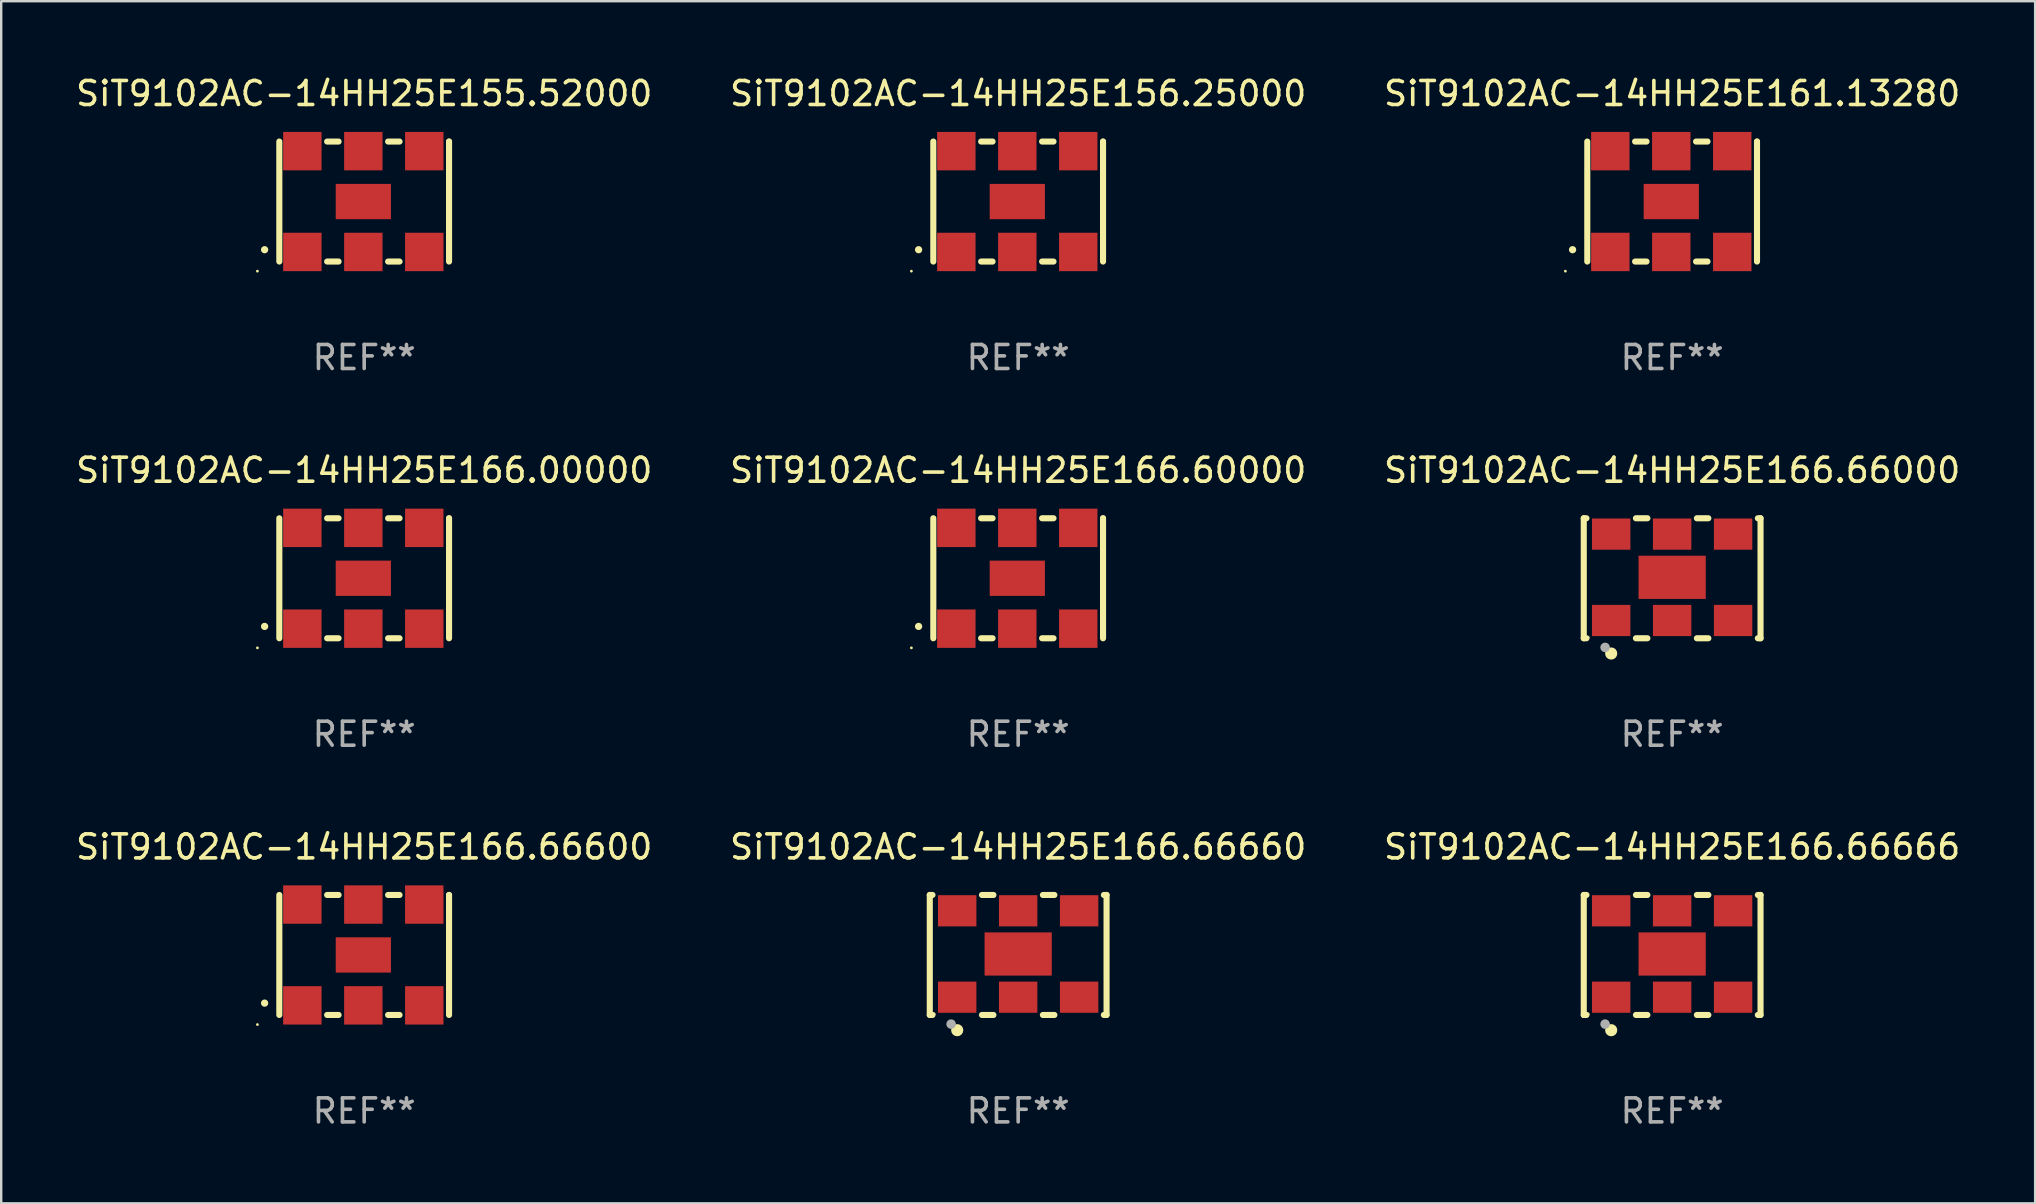
<source format=kicad_pcb>
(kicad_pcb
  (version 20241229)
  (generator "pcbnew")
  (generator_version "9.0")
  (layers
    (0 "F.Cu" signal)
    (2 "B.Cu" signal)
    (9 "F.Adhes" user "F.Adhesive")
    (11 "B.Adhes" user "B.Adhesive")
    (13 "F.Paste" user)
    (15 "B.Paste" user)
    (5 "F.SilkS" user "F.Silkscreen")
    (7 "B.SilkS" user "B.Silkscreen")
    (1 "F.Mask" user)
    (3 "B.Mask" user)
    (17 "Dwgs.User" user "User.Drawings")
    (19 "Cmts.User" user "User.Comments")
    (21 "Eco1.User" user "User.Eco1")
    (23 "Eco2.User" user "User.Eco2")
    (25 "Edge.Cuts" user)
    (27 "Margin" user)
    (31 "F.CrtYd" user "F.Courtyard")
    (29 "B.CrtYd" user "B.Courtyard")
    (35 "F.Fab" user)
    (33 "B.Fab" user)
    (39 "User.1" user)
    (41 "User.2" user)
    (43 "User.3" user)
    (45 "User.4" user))
  (footprint "SiT9102AC-14HH25E155.52000"
    (layer "F.Cu")
    (at 12.125 5.348)
    (property "Reference" "SiT9102AC-14HH25E155.52000" (at 0 -4.5 0) (layer "F.SilkS") (effects (font (size 1 1) (thickness 0.15))))
    (attr through_hole)
    (fp_line (start -3.536 -2.5) (end -3.536 2.5) (stroke (width 0.254) (type solid)) (layer "F.SilkS"))
    (fp_line (start -1.544 2.5) (end -1.067 2.5) (stroke (width 0.254) (type solid)) (layer "F.SilkS"))
    (fp_line (start -1.067 -2.5) (end -1.544 -2.5) (stroke (width 0.254) (type solid)) (layer "F.SilkS"))
    (fp_line (start 0.996 2.5) (end 1.473 2.5) (stroke (width 0.254) (type solid)) (layer "F.SilkS"))
    (fp_line (start 1.473 -2.5) (end 0.996 -2.5) (stroke (width 0.254) (type solid)) (layer "F.SilkS"))
    (fp_line (start 3.536 -2.5) (end 3.536 -2.5) (stroke (width 0.254) (type solid)) (layer "F.SilkS"))
    (fp_line (start 3.536 2.5) (end 3.536 -2.5) (stroke (width 0.254) (type solid)) (layer "F.SilkS"))
    (fp_arc (start -4.150432 2.006604) (mid -4.149162 2.006599) (end -4.147892 2.006604) (stroke (width 0.3) (type solid)) (layer "F.SilkS"))
    (fp_circle (center -4.449 2.9) (end -4.419 2.9) (stroke (width 0.06) (type solid)) (fill no) (layer "F.SilkS"))
    (fp_text user "REF**" (at 0 6.5 0) (layer "F.Fab") (effects (font (size 1 1) (thickness 0.15))))
    (pad "1" smd rect (at -2.576 2.1) (size 1.6 1.6) (layers "F.Cu" "F.Mask" "F.Paste"))
    (pad "2" smd rect (at -0.036 2.1) (size 1.6 1.6) (layers "F.Cu" "F.Mask" "F.Paste"))
    (pad "3" smd rect (at 2.504 2.1) (size 1.6 1.6) (layers "F.Cu" "F.Mask" "F.Paste"))
    (pad "4" smd rect (at 2.504 -2.1) (size 1.6 1.6) (layers "F.Cu" "F.Mask" "F.Paste"))
    (pad "5" smd rect (at -0.036 -2.1) (size 1.6 1.6) (layers "F.Cu" "F.Mask" "F.Paste"))
    (pad "6" smd rect (at -2.576 -2.1) (size 1.6 1.6) (layers "F.Cu" "F.Mask" "F.Paste"))
    (pad "7" smd rect (at -0.036 0) (size 2.3 1.47) (layers "F.Cu" "F.Mask" "F.Paste")))
  (footprint "SiT9102AC-14HH25E166.00000"
    (layer "F.Cu")
    (at 12.125 21.045)
    (property "Reference" "SiT9102AC-14HH25E166.00000" (at 0 -4.5 0) (layer "F.SilkS") (effects (font (size 1 1) (thickness 0.15))))
    (attr through_hole)
    (fp_line (start -3.536 -2.5) (end -3.536 2.5) (stroke (width 0.254) (type solid)) (layer "F.SilkS"))
    (fp_line (start -1.544 2.5) (end -1.067 2.5) (stroke (width 0.254) (type solid)) (layer "F.SilkS"))
    (fp_line (start -1.067 -2.5) (end -1.544 -2.5) (stroke (width 0.254) (type solid)) (layer "F.SilkS"))
    (fp_line (start 0.996 2.5) (end 1.473 2.5) (stroke (width 0.254) (type solid)) (layer "F.SilkS"))
    (fp_line (start 1.473 -2.5) (end 0.996 -2.5) (stroke (width 0.254) (type solid)) (layer "F.SilkS"))
    (fp_line (start 3.536 -2.5) (end 3.536 -2.5) (stroke (width 0.254) (type solid)) (layer "F.SilkS"))
    (fp_line (start 3.536 2.5) (end 3.536 -2.5) (stroke (width 0.254) (type solid)) (layer "F.SilkS"))
    (fp_arc (start -4.150432 2.006604) (mid -4.149162 2.006599) (end -4.147892 2.006604) (stroke (width 0.3) (type solid)) (layer "F.SilkS"))
    (fp_circle (center -4.449 2.9) (end -4.419 2.9) (stroke (width 0.06) (type solid)) (fill no) (layer "F.SilkS"))
    (fp_text user "REF**" (at 0 6.5 0) (layer "F.Fab") (effects (font (size 1 1) (thickness 0.15))))
    (pad "1" smd rect (at -2.576 2.1) (size 1.6 1.6) (layers "F.Cu" "F.Mask" "F.Paste"))
    (pad "2" smd rect (at -0.036 2.1) (size 1.6 1.6) (layers "F.Cu" "F.Mask" "F.Paste"))
    (pad "3" smd rect (at 2.504 2.1) (size 1.6 1.6) (layers "F.Cu" "F.Mask" "F.Paste"))
    (pad "4" smd rect (at 2.504 -2.1) (size 1.6 1.6) (layers "F.Cu" "F.Mask" "F.Paste"))
    (pad "5" smd rect (at -0.036 -2.1) (size 1.6 1.6) (layers "F.Cu" "F.Mask" "F.Paste"))
    (pad "6" smd rect (at -2.576 -2.1) (size 1.6 1.6) (layers "F.Cu" "F.Mask" "F.Paste"))
    (pad "7" smd rect (at -0.036 0) (size 2.3 1.47) (layers "F.Cu" "F.Mask" "F.Paste")))
  (footprint "SiT9102AC-14HH25E166.66600"
    (layer "F.Cu")
    (at 12.125 36.741)
    (property "Reference" "SiT9102AC-14HH25E166.66600" (at 0 -4.5 0) (layer "F.SilkS") (effects (font (size 1 1) (thickness 0.15))))
    (attr through_hole)
    (fp_line (start -3.536 -2.5) (end -3.536 2.5) (stroke (width 0.254) (type solid)) (layer "F.SilkS"))
    (fp_line (start -1.544 2.5) (end -1.067 2.5) (stroke (width 0.254) (type solid)) (layer "F.SilkS"))
    (fp_line (start -1.067 -2.5) (end -1.544 -2.5) (stroke (width 0.254) (type solid)) (layer "F.SilkS"))
    (fp_line (start 0.996 2.5) (end 1.473 2.5) (stroke (width 0.254) (type solid)) (layer "F.SilkS"))
    (fp_line (start 1.473 -2.5) (end 0.996 -2.5) (stroke (width 0.254) (type solid)) (layer "F.SilkS"))
    (fp_line (start 3.536 -2.5) (end 3.536 -2.5) (stroke (width 0.254) (type solid)) (layer "F.SilkS"))
    (fp_line (start 3.536 2.5) (end 3.536 -2.5) (stroke (width 0.254) (type solid)) (layer "F.SilkS"))
    (fp_arc (start -4.150432 2.006604) (mid -4.149162 2.006599) (end -4.147892 2.006604) (stroke (width 0.3) (type solid)) (layer "F.SilkS"))
    (fp_circle (center -4.449 2.9) (end -4.419 2.9) (stroke (width 0.06) (type solid)) (fill no) (layer "F.SilkS"))
    (fp_text user "REF**" (at 0 6.5 0) (layer "F.Fab") (effects (font (size 1 1) (thickness 0.15))))
    (pad "1" smd rect (at -2.576 2.1) (size 1.6 1.6) (layers "F.Cu" "F.Mask" "F.Paste"))
    (pad "2" smd rect (at -0.036 2.1) (size 1.6 1.6) (layers "F.Cu" "F.Mask" "F.Paste"))
    (pad "3" smd rect (at 2.504 2.1) (size 1.6 1.6) (layers "F.Cu" "F.Mask" "F.Paste"))
    (pad "4" smd rect (at 2.504 -2.1) (size 1.6 1.6) (layers "F.Cu" "F.Mask" "F.Paste"))
    (pad "5" smd rect (at -0.036 -2.1) (size 1.6 1.6) (layers "F.Cu" "F.Mask" "F.Paste"))
    (pad "6" smd rect (at -2.576 -2.1) (size 1.6 1.6) (layers "F.Cu" "F.Mask" "F.Paste"))
    (pad "7" smd rect (at -0.036 0) (size 2.3 1.47) (layers "F.Cu" "F.Mask" "F.Paste")))
  (footprint "SiT9102AC-14HH25E161.13280"
    (layer "F.Cu")
    (at 66.625 5.348)
    (property "Reference" "SiT9102AC-14HH25E161.13280" (at 0 -4.5 0) (layer "F.SilkS") (effects (font (size 1 1) (thickness 0.15))))
    (attr through_hole)
    (fp_line (start -3.536 -2.5) (end -3.536 2.5) (stroke (width 0.254) (type solid)) (layer "F.SilkS"))
    (fp_line (start -1.544 2.5) (end -1.067 2.5) (stroke (width 0.254) (type solid)) (layer "F.SilkS"))
    (fp_line (start -1.067 -2.5) (end -1.544 -2.5) (stroke (width 0.254) (type solid)) (layer "F.SilkS"))
    (fp_line (start 0.996 2.5) (end 1.473 2.5) (stroke (width 0.254) (type solid)) (layer "F.SilkS"))
    (fp_line (start 1.473 -2.5) (end 0.996 -2.5) (stroke (width 0.254) (type solid)) (layer "F.SilkS"))
    (fp_line (start 3.536 -2.5) (end 3.536 -2.5) (stroke (width 0.254) (type solid)) (layer "F.SilkS"))
    (fp_line (start 3.536 2.5) (end 3.536 -2.5) (stroke (width 0.254) (type solid)) (layer "F.SilkS"))
    (fp_arc (start -4.150432 2.006604) (mid -4.149162 2.006599) (end -4.147892 2.006604) (stroke (width 0.3) (type solid)) (layer "F.SilkS"))
    (fp_circle (center -4.449 2.9) (end -4.419 2.9) (stroke (width 0.06) (type solid)) (fill no) (layer "F.SilkS"))
    (fp_text user "REF**" (at 0 6.5 0) (layer "F.Fab") (effects (font (size 1 1) (thickness 0.15))))
    (pad "1" smd rect (at -2.576 2.1) (size 1.6 1.6) (layers "F.Cu" "F.Mask" "F.Paste"))
    (pad "2" smd rect (at -0.036 2.1) (size 1.6 1.6) (layers "F.Cu" "F.Mask" "F.Paste"))
    (pad "3" smd rect (at 2.504 2.1) (size 1.6 1.6) (layers "F.Cu" "F.Mask" "F.Paste"))
    (pad "4" smd rect (at 2.504 -2.1) (size 1.6 1.6) (layers "F.Cu" "F.Mask" "F.Paste"))
    (pad "5" smd rect (at -0.036 -2.1) (size 1.6 1.6) (layers "F.Cu" "F.Mask" "F.Paste"))
    (pad "6" smd rect (at -2.576 -2.1) (size 1.6 1.6) (layers "F.Cu" "F.Mask" "F.Paste"))
    (pad "7" smd rect (at -0.036 0) (size 2.3 1.47) (layers "F.Cu" "F.Mask" "F.Paste")))
  (footprint "SiT9102AC-14HH25E166.60000"
    (layer "F.Cu")
    (at 39.375 21.045)
    (property "Reference" "SiT9102AC-14HH25E166.60000" (at 0 -4.5 0) (layer "F.SilkS") (effects (font (size 1 1) (thickness 0.15))))
    (attr through_hole)
    (fp_line (start -3.536 -2.5) (end -3.536 2.5) (stroke (width 0.254) (type solid)) (layer "F.SilkS"))
    (fp_line (start -1.544 2.5) (end -1.067 2.5) (stroke (width 0.254) (type solid)) (layer "F.SilkS"))
    (fp_line (start -1.067 -2.5) (end -1.544 -2.5) (stroke (width 0.254) (type solid)) (layer "F.SilkS"))
    (fp_line (start 0.996 2.5) (end 1.473 2.5) (stroke (width 0.254) (type solid)) (layer "F.SilkS"))
    (fp_line (start 1.473 -2.5) (end 0.996 -2.5) (stroke (width 0.254) (type solid)) (layer "F.SilkS"))
    (fp_line (start 3.536 -2.5) (end 3.536 -2.5) (stroke (width 0.254) (type solid)) (layer "F.SilkS"))
    (fp_line (start 3.536 2.5) (end 3.536 -2.5) (stroke (width 0.254) (type solid)) (layer "F.SilkS"))
    (fp_arc (start -4.150432 2.006604) (mid -4.149162 2.006599) (end -4.147892 2.006604) (stroke (width 0.3) (type solid)) (layer "F.SilkS"))
    (fp_circle (center -4.449 2.9) (end -4.419 2.9) (stroke (width 0.06) (type solid)) (fill no) (layer "F.SilkS"))
    (fp_text user "REF**" (at 0 6.5 0) (layer "F.Fab") (effects (font (size 1 1) (thickness 0.15))))
    (pad "1" smd rect (at -2.576 2.1) (size 1.6 1.6) (layers "F.Cu" "F.Mask" "F.Paste"))
    (pad "2" smd rect (at -0.036 2.1) (size 1.6 1.6) (layers "F.Cu" "F.Mask" "F.Paste"))
    (pad "3" smd rect (at 2.504 2.1) (size 1.6 1.6) (layers "F.Cu" "F.Mask" "F.Paste"))
    (pad "4" smd rect (at 2.504 -2.1) (size 1.6 1.6) (layers "F.Cu" "F.Mask" "F.Paste"))
    (pad "5" smd rect (at -0.036 -2.1) (size 1.6 1.6) (layers "F.Cu" "F.Mask" "F.Paste"))
    (pad "6" smd rect (at -2.576 -2.1) (size 1.6 1.6) (layers "F.Cu" "F.Mask" "F.Paste"))
    (pad "7" smd rect (at -0.036 0) (size 2.3 1.47) (layers "F.Cu" "F.Mask" "F.Paste")))
  (footprint "SiT9102AC-14HH25E166.66660"
    (layer "F.Cu")
    (at 39.375 36.741)
    (property "Reference" "SiT9102AC-14HH25E166.66660" (at 0 -4.5 0) (layer "F.SilkS") (effects (font (size 1 1) (thickness 0.15))))
    (attr through_hole)
    (fp_line (start -3.683 -2.5) (end -3.571 -2.5) (stroke (width 0.254) (type solid)) (layer "F.SilkS"))
    (fp_line (start -3.683 2.5) (end -3.683 -2.5) (stroke (width 0.254) (type solid)) (layer "F.SilkS"))
    (fp_line (start -3.683 2.5) (end -3.571 2.5) (stroke (width 0.254) (type solid)) (layer "F.SilkS"))
    (fp_line (start -1.509 -2.5) (end -1.031 -2.5) (stroke (width 0.254) (type solid)) (layer "F.SilkS"))
    (fp_line (start -1.509 2.5) (end -1.031 2.5) (stroke (width 0.254) (type solid)) (layer "F.SilkS"))
    (fp_line (start 1.031 -2.5) (end 1.509 -2.5) (stroke (width 0.254) (type solid)) (layer "F.SilkS"))
    (fp_line (start 1.031 2.5) (end 1.509 2.5) (stroke (width 0.254) (type solid)) (layer "F.SilkS"))
    (fp_line (start 3.571 -2.5) (end 3.683 -2.5) (stroke (width 0.254) (type solid)) (layer "F.SilkS"))
    (fp_line (start 3.571 2.5) (end 3.683 2.5) (stroke (width 0.254) (type solid)) (layer "F.SilkS"))
    (fp_line (start 3.683 2.5) (end 3.683 -2.5) (stroke (width 0.254) (type solid)) (layer "F.SilkS"))
    (fp_circle (center -3.5 2.46) (end -3.47 2.46) (stroke (width 0.06) (type solid)) (fill no) (layer "F.SilkS"))
    (fp_circle (center -2.54 3.135) (end -2.413 3.135) (stroke (width 0.254) (type solid)) (fill no) (layer "F.SilkS"))
    (fp_circle (center -2.794 2.881) (end -2.694 2.881) (stroke (width 0.2) (type solid)) (fill no) (layer "F.Fab"))
    (fp_text user "REF**" (at 0 6.5 0) (layer "F.Fab") (effects (font (size 1 1) (thickness 0.15))))
    (pad "1" smd rect (at -2.54 1.76) (size 1.6 1.3) (layers "F.Cu" "F.Mask" "F.Paste"))
    (pad "2" smd rect (at 0 1.76) (size 1.6 1.3) (layers "F.Cu" "F.Mask" "F.Paste"))
    (pad "3" smd rect (at 2.54 1.76) (size 1.6 1.3) (layers "F.Cu" "F.Mask" "F.Paste"))
    (pad "4" smd rect (at 2.54 -1.84) (size 1.6 1.3) (layers "F.Cu" "F.Mask" "F.Paste"))
    (pad "5" smd rect (at 0 -1.84) (size 1.6 1.3) (layers "F.Cu" "F.Mask" "F.Paste"))
    (pad "6" smd rect (at -2.54 -1.84) (size 1.6 1.3) (layers "F.Cu" "F.Mask" "F.Paste"))
    (pad "7" smd rect (at 0 -0.04) (size 2.8 1.8) (layers "F.Cu" "F.Mask" "F.Paste")))
  (footprint "SiT9102AC-14HH25E166.66000"
    (layer "F.Cu")
    (at 66.625 21.045)
    (property "Reference" "SiT9102AC-14HH25E166.66000" (at 0 -4.5 0) (layer "F.SilkS") (effects (font (size 1 1) (thickness 0.15))))
    (attr through_hole)
    (fp_line (start -3.683 -2.5) (end -3.571 -2.5) (stroke (width 0.254) (type solid)) (layer "F.SilkS"))
    (fp_line (start -3.683 2.5) (end -3.683 -2.5) (stroke (width 0.254) (type solid)) (layer "F.SilkS"))
    (fp_line (start -3.683 2.5) (end -3.571 2.5) (stroke (width 0.254) (type solid)) (layer "F.SilkS"))
    (fp_line (start -1.509 -2.5) (end -1.031 -2.5) (stroke (width 0.254) (type solid)) (layer "F.SilkS"))
    (fp_line (start -1.509 2.5) (end -1.031 2.5) (stroke (width 0.254) (type solid)) (layer "F.SilkS"))
    (fp_line (start 1.031 -2.5) (end 1.509 -2.5) (stroke (width 0.254) (type solid)) (layer "F.SilkS"))
    (fp_line (start 1.031 2.5) (end 1.509 2.5) (stroke (width 0.254) (type solid)) (layer "F.SilkS"))
    (fp_line (start 3.571 -2.5) (end 3.683 -2.5) (stroke (width 0.254) (type solid)) (layer "F.SilkS"))
    (fp_line (start 3.571 2.5) (end 3.683 2.5) (stroke (width 0.254) (type solid)) (layer "F.SilkS"))
    (fp_line (start 3.683 2.5) (end 3.683 -2.5) (stroke (width 0.254) (type solid)) (layer "F.SilkS"))
    (fp_circle (center -3.5 2.46) (end -3.47 2.46) (stroke (width 0.06) (type solid)) (fill no) (layer "F.SilkS"))
    (fp_circle (center -2.54 3.135) (end -2.413 3.135) (stroke (width 0.254) (type solid)) (fill no) (layer "F.SilkS"))
    (fp_circle (center -2.794 2.881) (end -2.694 2.881) (stroke (width 0.2) (type solid)) (fill no) (layer "F.Fab"))
    (fp_text user "REF**" (at 0 6.5 0) (layer "F.Fab") (effects (font (size 1 1) (thickness 0.15))))
    (pad "1" smd rect (at -2.54 1.76) (size 1.6 1.3) (layers "F.Cu" "F.Mask" "F.Paste"))
    (pad "2" smd rect (at 0 1.76) (size 1.6 1.3) (layers "F.Cu" "F.Mask" "F.Paste"))
    (pad "3" smd rect (at 2.54 1.76) (size 1.6 1.3) (layers "F.Cu" "F.Mask" "F.Paste"))
    (pad "4" smd rect (at 2.54 -1.84) (size 1.6 1.3) (layers "F.Cu" "F.Mask" "F.Paste"))
    (pad "5" smd rect (at 0 -1.84) (size 1.6 1.3) (layers "F.Cu" "F.Mask" "F.Paste"))
    (pad "6" smd rect (at -2.54 -1.84) (size 1.6 1.3) (layers "F.Cu" "F.Mask" "F.Paste"))
    (pad "7" smd rect (at 0 -0.04) (size 2.8 1.8) (layers "F.Cu" "F.Mask" "F.Paste")))
  (footprint "SiT9102AC-14HH25E166.66666"
    (layer "F.Cu")
    (at 66.625 36.741)
    (property "Reference" "SiT9102AC-14HH25E166.66666" (at 0 -4.5 0) (layer "F.SilkS") (effects (font (size 1 1) (thickness 0.15))))
    (attr through_hole)
    (fp_line (start -3.683 -2.5) (end -3.571 -2.5) (stroke (width 0.254) (type solid)) (layer "F.SilkS"))
    (fp_line (start -3.683 2.5) (end -3.683 -2.5) (stroke (width 0.254) (type solid)) (layer "F.SilkS"))
    (fp_line (start -3.683 2.5) (end -3.571 2.5) (stroke (width 0.254) (type solid)) (layer "F.SilkS"))
    (fp_line (start -1.509 -2.5) (end -1.031 -2.5) (stroke (width 0.254) (type solid)) (layer "F.SilkS"))
    (fp_line (start -1.509 2.5) (end -1.031 2.5) (stroke (width 0.254) (type solid)) (layer "F.SilkS"))
    (fp_line (start 1.031 -2.5) (end 1.509 -2.5) (stroke (width 0.254) (type solid)) (layer "F.SilkS"))
    (fp_line (start 1.031 2.5) (end 1.509 2.5) (stroke (width 0.254) (type solid)) (layer "F.SilkS"))
    (fp_line (start 3.571 -2.5) (end 3.683 -2.5) (stroke (width 0.254) (type solid)) (layer "F.SilkS"))
    (fp_line (start 3.571 2.5) (end 3.683 2.5) (stroke (width 0.254) (type solid)) (layer "F.SilkS"))
    (fp_line (start 3.683 2.5) (end 3.683 -2.5) (stroke (width 0.254) (type solid)) (layer "F.SilkS"))
    (fp_circle (center -3.5 2.46) (end -3.47 2.46) (stroke (width 0.06) (type solid)) (fill no) (layer "F.SilkS"))
    (fp_circle (center -2.54 3.135) (end -2.413 3.135) (stroke (width 0.254) (type solid)) (fill no) (layer "F.SilkS"))
    (fp_circle (center -2.794 2.881) (end -2.694 2.881) (stroke (width 0.2) (type solid)) (fill no) (layer "F.Fab"))
    (fp_text user "REF**" (at 0 6.5 0) (layer "F.Fab") (effects (font (size 1 1) (thickness 0.15))))
    (pad "1" smd rect (at -2.54 1.76) (size 1.6 1.3) (layers "F.Cu" "F.Mask" "F.Paste"))
    (pad "2" smd rect (at 0 1.76) (size 1.6 1.3) (layers "F.Cu" "F.Mask" "F.Paste"))
    (pad "3" smd rect (at 2.54 1.76) (size 1.6 1.3) (layers "F.Cu" "F.Mask" "F.Paste"))
    (pad "4" smd rect (at 2.54 -1.84) (size 1.6 1.3) (layers "F.Cu" "F.Mask" "F.Paste"))
    (pad "5" smd rect (at 0 -1.84) (size 1.6 1.3) (layers "F.Cu" "F.Mask" "F.Paste"))
    (pad "6" smd rect (at -2.54 -1.84) (size 1.6 1.3) (layers "F.Cu" "F.Mask" "F.Paste"))
    (pad "7" smd rect (at 0 -0.04) (size 2.8 1.8) (layers "F.Cu" "F.Mask" "F.Paste")))
  (footprint "SiT9102AC-14HH25E156.25000"
    (layer "F.Cu")
    (at 39.375 5.348)
    (property "Reference" "SiT9102AC-14HH25E156.25000" (at 0 -4.5 0) (layer "F.SilkS") (effects (font (size 1 1) (thickness 0.15))))
    (attr through_hole)
    (fp_line (start -3.536 -2.5) (end -3.536 2.5) (stroke (width 0.254) (type solid)) (layer "F.SilkS"))
    (fp_line (start -1.544 2.5) (end -1.067 2.5) (stroke (width 0.254) (type solid)) (layer "F.SilkS"))
    (fp_line (start -1.067 -2.5) (end -1.544 -2.5) (stroke (width 0.254) (type solid)) (layer "F.SilkS"))
    (fp_line (start 0.996 2.5) (end 1.473 2.5) (stroke (width 0.254) (type solid)) (layer "F.SilkS"))
    (fp_line (start 1.473 -2.5) (end 0.996 -2.5) (stroke (width 0.254) (type solid)) (layer "F.SilkS"))
    (fp_line (start 3.536 -2.5) (end 3.536 -2.5) (stroke (width 0.254) (type solid)) (layer "F.SilkS"))
    (fp_line (start 3.536 2.5) (end 3.536 -2.5) (stroke (width 0.254) (type solid)) (layer "F.SilkS"))
    (fp_arc (start -4.150432 2.006604) (mid -4.149162 2.006599) (end -4.147892 2.006604) (stroke (width 0.3) (type solid)) (layer "F.SilkS"))
    (fp_circle (center -4.449 2.9) (end -4.419 2.9) (stroke (width 0.06) (type solid)) (fill no) (layer "F.SilkS"))
    (fp_text user "REF**" (at 0 6.5 0) (layer "F.Fab") (effects (font (size 1 1) (thickness 0.15))))
    (pad "1" smd rect (at -2.576 2.1) (size 1.6 1.6) (layers "F.Cu" "F.Mask" "F.Paste"))
    (pad "2" smd rect (at -0.036 2.1) (size 1.6 1.6) (layers "F.Cu" "F.Mask" "F.Paste"))
    (pad "3" smd rect (at 2.504 2.1) (size 1.6 1.6) (layers "F.Cu" "F.Mask" "F.Paste"))
    (pad "4" smd rect (at 2.504 -2.1) (size 1.6 1.6) (layers "F.Cu" "F.Mask" "F.Paste"))
    (pad "5" smd rect (at -0.036 -2.1) (size 1.6 1.6) (layers "F.Cu" "F.Mask" "F.Paste"))
    (pad "6" smd rect (at -2.576 -2.1) (size 1.6 1.6) (layers "F.Cu" "F.Mask" "F.Paste"))
    (pad "7" smd rect (at -0.036 0) (size 2.3 1.47) (layers "F.Cu" "F.Mask" "F.Paste")))
  (gr_rect
    (start -3 -3)
    (end 81.75 47.09)
    (stroke (width 0.1) (type default))
    (fill no)
    (layer "Edge.Cuts")))
</source>
